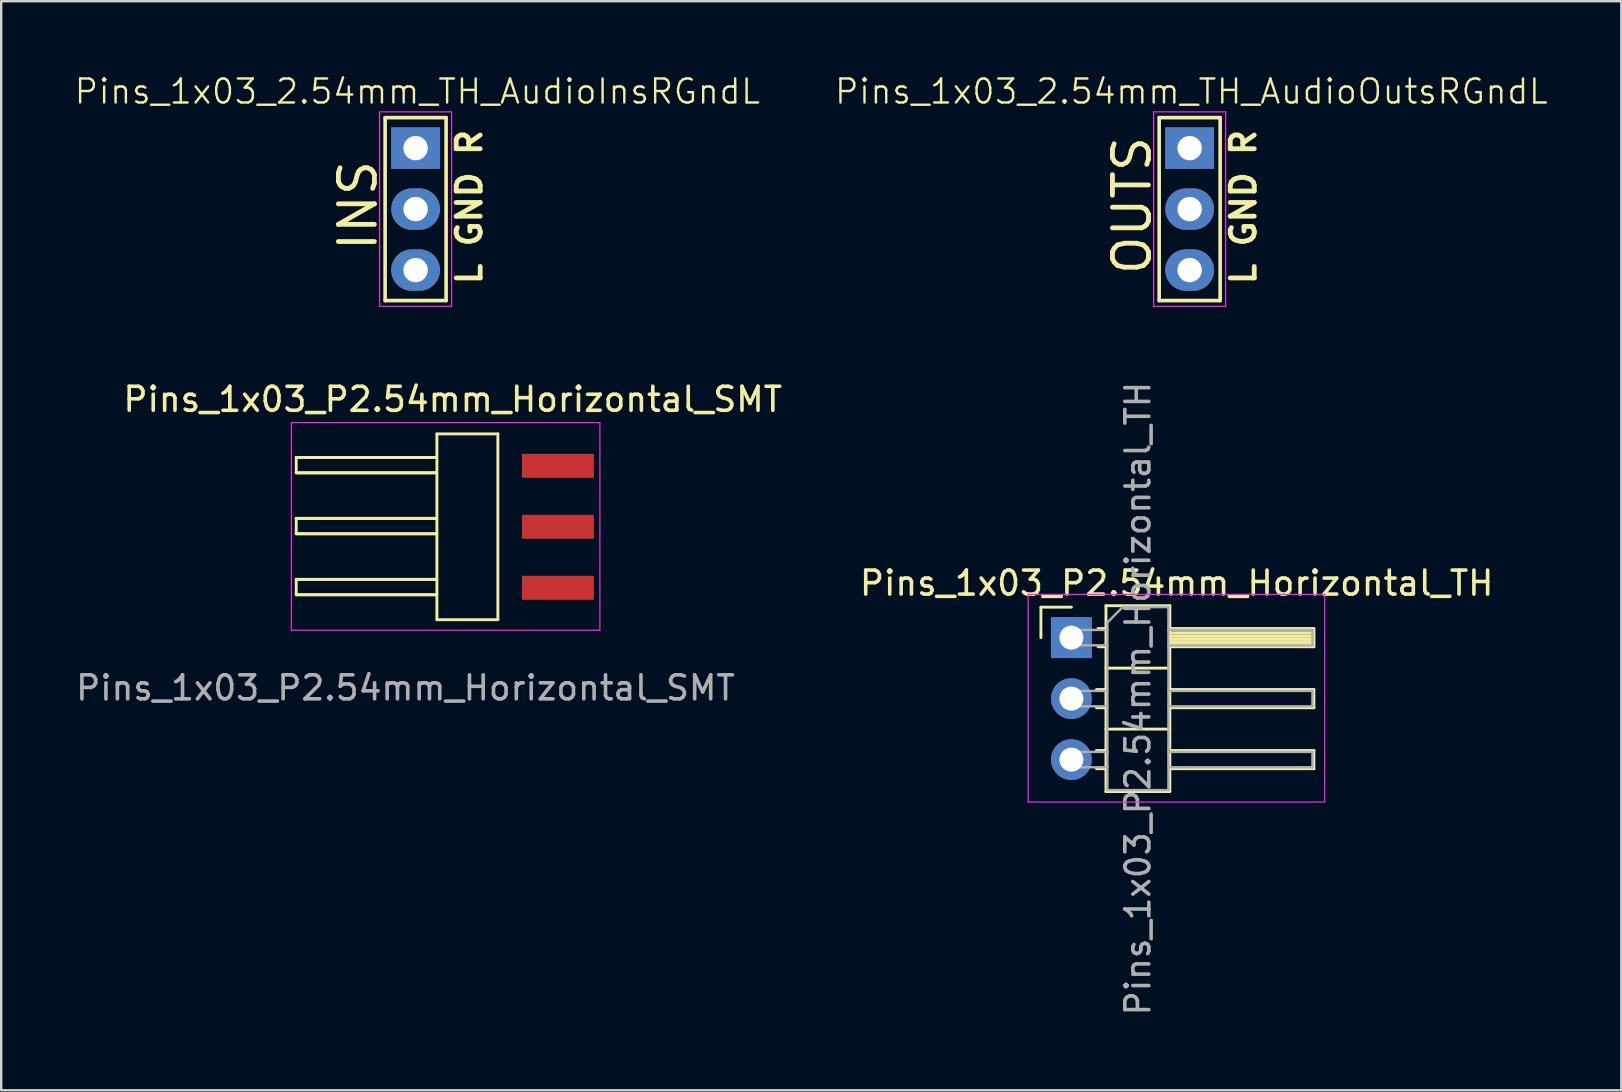
<source format=kicad_pcb>
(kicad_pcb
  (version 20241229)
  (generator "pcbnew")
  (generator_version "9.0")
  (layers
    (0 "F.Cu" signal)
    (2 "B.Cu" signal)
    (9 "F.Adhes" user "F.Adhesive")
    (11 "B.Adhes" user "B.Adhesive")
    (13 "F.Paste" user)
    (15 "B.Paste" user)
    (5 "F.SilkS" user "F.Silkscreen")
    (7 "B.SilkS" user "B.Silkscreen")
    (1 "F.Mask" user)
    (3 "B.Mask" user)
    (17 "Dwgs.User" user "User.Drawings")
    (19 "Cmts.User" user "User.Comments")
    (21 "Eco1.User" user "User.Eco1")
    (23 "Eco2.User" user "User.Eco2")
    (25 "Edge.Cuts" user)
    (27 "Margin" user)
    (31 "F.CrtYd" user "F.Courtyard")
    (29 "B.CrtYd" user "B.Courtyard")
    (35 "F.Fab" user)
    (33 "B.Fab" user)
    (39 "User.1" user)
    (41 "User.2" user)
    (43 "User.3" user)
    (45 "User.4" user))
  (footprint "Pins_1x03_2.54mm_TH_AudioOutsRGndL"
    (layer "F.Cu")
    (at 46.505 5.66)
    (property "Reference" "Pins_1x03_2.54mm_TH_AudioOutsRGndL" (at 0.074 -4.9 0) (layer "F.SilkS") (effects (font (size 1 1) (thickness 0.1))))
    (attr through_hole)
    (fp_line (start -1.27 -3.81) (end -1.27 3.81) (stroke (width 0.15) (type solid)) (layer "F.SilkS"))
    (fp_line (start -1.27 3.81) (end 1.27 3.81) (stroke (width 0.15) (type solid)) (layer "F.SilkS"))
    (fp_line (start 1.27 -3.81) (end -1.27 -3.81) (stroke (width 0.15) (type solid)) (layer "F.SilkS"))
    (fp_line (start 1.27 3.81) (end 1.27 -3.81) (stroke (width 0.15) (type solid)) (layer "F.SilkS"))
    (fp_line (start -1.5 -4.05) (end -1.5 4.05) (stroke (width 0.05) (type solid)) (layer "F.CrtYd"))
    (fp_line (start -1.5 -4.05) (end 1.5 -4.05) (stroke (width 0.05) (type solid)) (layer "F.CrtYd"))
    (fp_line (start -1.5 4.05) (end 1.5 4.05) (stroke (width 0.05) (type solid)) (layer "F.CrtYd"))
    (fp_line (start 1.5 -4.05) (end 1.5 4.05) (stroke (width 0.05) (type solid)) (layer "F.CrtYd"))
    (fp_text user "OUTS" (at -2.4 -0.15 90) (layer "F.SilkS") (effects (font (size 1.5 1.5) (thickness 0.2))))
    (fp_text user "L GND R" (at 2.238 -0.086 90) (layer "F.SilkS") (effects (font (size 1 1) (thickness 0.2))))
    (pad "1" thru_hole rect (at 0 -2.54) (size 2.032 1.727) (drill 1.016) (layers "*.Cu" "*.Mask"))
    (pad "2" thru_hole oval (at 0 0) (size 2.032 1.727) (drill 1.016) (layers "*.Cu" "*.Mask"))
    (pad "3" thru_hole oval (at 0 2.54) (size 2.032 1.727) (drill 1.016) (layers "*.Cu" "*.Mask")))
  (footprint "Pins_1x03_P2.54mm_Horizontal_TH"
    (layer "F.Cu")
    (at 41.579 26.051)
    (property "Reference" "Pins_1x03_P2.54mm_Horizontal_TH" (at 4.385 -4.81 0) (layer "F.SilkS") (effects (font (size 1 1) (thickness 0.15))))
    (attr through_hole)
    (fp_line (start -1.27 -3.81) (end 0 -3.81) (stroke (width 0.12) (type solid)) (layer "F.SilkS"))
    (fp_line (start -1.27 -2.54) (end -1.27 -3.81) (stroke (width 0.12) (type solid)) (layer "F.SilkS"))
    (fp_line (start 1.043 -0.38) (end 1.44 -0.38) (stroke (width 0.12) (type solid)) (layer "F.SilkS"))
    (fp_line (start 1.043 0.38) (end 1.44 0.38) (stroke (width 0.12) (type solid)) (layer "F.SilkS"))
    (fp_line (start 1.043 2.16) (end 1.44 2.16) (stroke (width 0.12) (type solid)) (layer "F.SilkS"))
    (fp_line (start 1.043 2.92) (end 1.44 2.92) (stroke (width 0.12) (type solid)) (layer "F.SilkS"))
    (fp_line (start 1.11 -2.92) (end 1.44 -2.92) (stroke (width 0.12) (type solid)) (layer "F.SilkS"))
    (fp_line (start 1.11 -2.16) (end 1.44 -2.16) (stroke (width 0.12) (type solid)) (layer "F.SilkS"))
    (fp_line (start 1.44 -3.87) (end 1.44 3.87) (stroke (width 0.12) (type solid)) (layer "F.SilkS"))
    (fp_line (start 1.44 -1.27) (end 4.1 -1.27) (stroke (width 0.12) (type solid)) (layer "F.SilkS"))
    (fp_line (start 1.44 1.27) (end 4.1 1.27) (stroke (width 0.12) (type solid)) (layer "F.SilkS"))
    (fp_line (start 1.44 3.87) (end 4.1 3.87) (stroke (width 0.12) (type solid)) (layer "F.SilkS"))
    (fp_line (start 4.1 -3.87) (end 1.44 -3.87) (stroke (width 0.12) (type solid)) (layer "F.SilkS"))
    (fp_line (start 4.1 -2.92) (end 10.1 -2.92) (stroke (width 0.12) (type solid)) (layer "F.SilkS"))
    (fp_line (start 4.1 -2.86) (end 10.1 -2.86) (stroke (width 0.12) (type solid)) (layer "F.SilkS"))
    (fp_line (start 4.1 -2.74) (end 10.1 -2.74) (stroke (width 0.12) (type solid)) (layer "F.SilkS"))
    (fp_line (start 4.1 -2.62) (end 10.1 -2.62) (stroke (width 0.12) (type solid)) (layer "F.SilkS"))
    (fp_line (start 4.1 -2.5) (end 10.1 -2.5) (stroke (width 0.12) (type solid)) (layer "F.SilkS"))
    (fp_line (start 4.1 -2.38) (end 10.1 -2.38) (stroke (width 0.12) (type solid)) (layer "F.SilkS"))
    (fp_line (start 4.1 -2.26) (end 10.1 -2.26) (stroke (width 0.12) (type solid)) (layer "F.SilkS"))
    (fp_line (start 4.1 -0.38) (end 10.1 -0.38) (stroke (width 0.12) (type solid)) (layer "F.SilkS"))
    (fp_line (start 4.1 2.16) (end 10.1 2.16) (stroke (width 0.12) (type solid)) (layer "F.SilkS"))
    (fp_line (start 4.1 3.87) (end 4.1 -3.87) (stroke (width 0.12) (type solid)) (layer "F.SilkS"))
    (fp_line (start 10.1 -2.92) (end 10.1 -2.16) (stroke (width 0.12) (type solid)) (layer "F.SilkS"))
    (fp_line (start 10.1 -2.16) (end 4.1 -2.16) (stroke (width 0.12) (type solid)) (layer "F.SilkS"))
    (fp_line (start 10.1 -0.38) (end 10.1 0.38) (stroke (width 0.12) (type solid)) (layer "F.SilkS"))
    (fp_line (start 10.1 0.38) (end 4.1 0.38) (stroke (width 0.12) (type solid)) (layer "F.SilkS"))
    (fp_line (start 10.1 2.16) (end 10.1 2.92) (stroke (width 0.12) (type solid)) (layer "F.SilkS"))
    (fp_line (start 10.1 2.92) (end 4.1 2.92) (stroke (width 0.12) (type solid)) (layer "F.SilkS"))
    (fp_line (start -1.8 -4.34) (end -1.8 4.31) (stroke (width 0.05) (type solid)) (layer "F.CrtYd"))
    (fp_line (start -1.8 4.31) (end 10.55 4.31) (stroke (width 0.05) (type solid)) (layer "F.CrtYd"))
    (fp_line (start 10.55 -4.34) (end -1.8 -4.34) (stroke (width 0.05) (type solid)) (layer "F.CrtYd"))
    (fp_line (start 10.55 4.31) (end 10.55 -4.34) (stroke (width 0.05) (type solid)) (layer "F.CrtYd"))
    (fp_line (start -0.32 -2.86) (end -0.32 -2.22) (stroke (width 0.1) (type solid)) (layer "F.Fab"))
    (fp_line (start -0.32 -2.86) (end 1.5 -2.86) (stroke (width 0.1) (type solid)) (layer "F.Fab"))
    (fp_line (start -0.32 -2.22) (end 1.5 -2.22) (stroke (width 0.1) (type solid)) (layer "F.Fab"))
    (fp_line (start -0.32 -0.32) (end -0.32 0.32) (stroke (width 0.1) (type solid)) (layer "F.Fab"))
    (fp_line (start -0.32 -0.32) (end 1.5 -0.32) (stroke (width 0.1) (type solid)) (layer "F.Fab"))
    (fp_line (start -0.32 0.32) (end 1.5 0.32) (stroke (width 0.1) (type solid)) (layer "F.Fab"))
    (fp_line (start -0.32 2.22) (end -0.32 2.86) (stroke (width 0.1) (type solid)) (layer "F.Fab"))
    (fp_line (start -0.32 2.22) (end 1.5 2.22) (stroke (width 0.1) (type solid)) (layer "F.Fab"))
    (fp_line (start -0.32 2.86) (end 1.5 2.86) (stroke (width 0.1) (type solid)) (layer "F.Fab"))
    (fp_line (start 1.5 -3.175) (end 2.135 -3.81) (stroke (width 0.1) (type solid)) (layer "F.Fab"))
    (fp_line (start 1.5 3.81) (end 1.5 -3.175) (stroke (width 0.1) (type solid)) (layer "F.Fab"))
    (fp_line (start 2.135 -3.81) (end 4.04 -3.81) (stroke (width 0.1) (type solid)) (layer "F.Fab"))
    (fp_line (start 4.04 -3.81) (end 4.04 3.81) (stroke (width 0.1) (type solid)) (layer "F.Fab"))
    (fp_line (start 4.04 -2.86) (end 10.04 -2.86) (stroke (width 0.1) (type solid)) (layer "F.Fab"))
    (fp_line (start 4.04 -2.22) (end 10.04 -2.22) (stroke (width 0.1) (type solid)) (layer "F.Fab"))
    (fp_line (start 4.04 -0.32) (end 10.04 -0.32) (stroke (width 0.1) (type solid)) (layer "F.Fab"))
    (fp_line (start 4.04 0.32) (end 10.04 0.32) (stroke (width 0.1) (type solid)) (layer "F.Fab"))
    (fp_line (start 4.04 2.22) (end 10.04 2.22) (stroke (width 0.1) (type solid)) (layer "F.Fab"))
    (fp_line (start 4.04 2.86) (end 10.04 2.86) (stroke (width 0.1) (type solid)) (layer "F.Fab"))
    (fp_line (start 4.04 3.81) (end 1.5 3.81) (stroke (width 0.1) (type solid)) (layer "F.Fab"))
    (fp_line (start 10.04 -2.86) (end 10.04 -2.22) (stroke (width 0.1) (type solid)) (layer "F.Fab"))
    (fp_line (start 10.04 -0.32) (end 10.04 0.32) (stroke (width 0.1) (type solid)) (layer "F.Fab"))
    (fp_line (start 10.04 2.22) (end 10.04 2.86) (stroke (width 0.1) (type solid)) (layer "F.Fab"))
    (fp_text user "${REFERENCE}" (at 2.77 0 90) (layer "F.Fab") (effects (font (size 1 1) (thickness 0.15))))
    (pad "1" thru_hole rect (at 0 -2.54) (size 1.7 1.7) (drill 1) (layers "*.Cu" "*.Mask"))
    (pad "2" thru_hole oval (at 0 0) (size 1.7 1.7) (drill 1) (layers "*.Cu" "*.Mask"))
    (pad "3" thru_hole oval (at 0 2.54) (size 1.7 1.7) (drill 1) (layers "*.Cu" "*.Mask")))
  (footprint "Pins_1x03_P2.54mm_Horizontal_SMT"
    (layer "F.Cu")
    (at 20.139 18.954)
    (property "Reference" "Pins_1x03_P2.54mm_Horizontal_SMT" (at -4.33 -5.37 0) (layer "F.SilkS") (effects (font (size 1 1) (thickness 0.15))))
    (attr through_hole)
    (fp_line (start -10.85 -2.95) (end -10.85 -2.31) (stroke (width 0.12) (type solid)) (layer "F.SilkS"))
    (fp_line (start -10.85 -2.95) (end -5 -2.95) (stroke (width 0.12) (type solid)) (layer "F.SilkS"))
    (fp_line (start -10.85 -2.95) (end -5 -2.95) (stroke (width 0.12) (type solid)) (layer "F.SilkS"))
    (fp_line (start -10.85 -2.31) (end -5 -2.31) (stroke (width 0.12) (type solid)) (layer "F.SilkS"))
    (fp_line (start -10.85 -2.31) (end -5 -2.31) (stroke (width 0.12) (type solid)) (layer "F.SilkS"))
    (fp_line (start -10.85 -0.41) (end -10.85 0.23) (stroke (width 0.12) (type solid)) (layer "F.SilkS"))
    (fp_line (start -10.85 -0.41) (end -5 -0.41) (stroke (width 0.12) (type solid)) (layer "F.SilkS"))
    (fp_line (start -10.85 -0.41) (end -5 -0.41) (stroke (width 0.12) (type solid)) (layer "F.SilkS"))
    (fp_line (start -10.85 0.23) (end -5 0.23) (stroke (width 0.12) (type solid)) (layer "F.SilkS"))
    (fp_line (start -10.85 0.23) (end -5 0.23) (stroke (width 0.12) (type solid)) (layer "F.SilkS"))
    (fp_line (start -10.85 2.13) (end -10.85 2.77) (stroke (width 0.12) (type solid)) (layer "F.SilkS"))
    (fp_line (start -10.85 2.13) (end -5 2.13) (stroke (width 0.12) (type solid)) (layer "F.SilkS"))
    (fp_line (start -10.85 2.13) (end -5 2.13) (stroke (width 0.12) (type solid)) (layer "F.SilkS"))
    (fp_line (start -10.85 2.77) (end -5 2.77) (stroke (width 0.12) (type solid)) (layer "F.SilkS"))
    (fp_line (start -10.85 2.77) (end -5 2.77) (stroke (width 0.12) (type solid)) (layer "F.SilkS"))
    (fp_line (start -4.99 -3.93) (end -4.99 3.81) (stroke (width 0.12) (type solid)) (layer "F.SilkS"))
    (fp_line (start -4.99 -3.93) (end -2.45 -3.93) (stroke (width 0.12) (type solid)) (layer "F.SilkS"))
    (fp_line (start -4.99 3.81) (end -2.45 3.81) (stroke (width 0.12) (type solid)) (layer "F.SilkS"))
    (fp_line (start -2.45 -3.93) (end -2.45 3.81) (stroke (width 0.12) (type solid)) (layer "F.SilkS"))
    (fp_line (start -11.05 -4.4) (end -11.05 4.25) (stroke (width 0.05) (type solid)) (layer "F.CrtYd"))
    (fp_line (start -11.05 4.25) (end 1.8 4.25) (stroke (width 0.05) (type solid)) (layer "F.CrtYd"))
    (fp_line (start 1.8 -4.4) (end -11.05 -4.4) (stroke (width 0.05) (type solid)) (layer "F.CrtYd"))
    (fp_line (start 1.8 4.25) (end 1.8 -4.4) (stroke (width 0.05) (type solid)) (layer "F.CrtYd"))
    (fp_text user "${REFERENCE}" (at -6.3 6.65 0) (layer "F.Fab") (effects (font (size 1 1) (thickness 0.15))))
    (pad "1" smd rect (at 0.05 -2.6) (size 3 1) (layers "F.Cu" "F.Mask" "F.Paste"))
    (pad "2" smd rect (at 0.05 -0.06 90) (size 1 3) (layers "F.Cu" "F.Mask" "F.Paste"))
    (pad "3" smd rect (at 0.05 2.48 90) (size 1 3) (layers "F.Cu" "F.Mask" "F.Paste")))
  (footprint "Pins_1x03_2.54mm_TH_AudioInsRGndL"
    (layer "F.Cu")
    (at 14.262 5.66)
    (property "Reference" "Pins_1x03_2.54mm_TH_AudioInsRGndL" (at 0.074 -4.9 0) (layer "F.SilkS") (effects (font (size 1 1) (thickness 0.1))))
    (attr through_hole)
    (fp_line (start -1.27 -3.81) (end -1.27 3.81) (stroke (width 0.15) (type solid)) (layer "F.SilkS"))
    (fp_line (start -1.27 3.81) (end 1.27 3.81) (stroke (width 0.15) (type solid)) (layer "F.SilkS"))
    (fp_line (start 1.27 -3.81) (end -1.27 -3.81) (stroke (width 0.15) (type solid)) (layer "F.SilkS"))
    (fp_line (start 1.27 3.81) (end 1.27 -3.81) (stroke (width 0.15) (type solid)) (layer "F.SilkS"))
    (fp_line (start -1.5 -4.05) (end -1.5 4.05) (stroke (width 0.05) (type solid)) (layer "F.CrtYd"))
    (fp_line (start -1.5 -4.05) (end 1.5 -4.05) (stroke (width 0.05) (type solid)) (layer "F.CrtYd"))
    (fp_line (start -1.5 4.05) (end 1.5 4.05) (stroke (width 0.05) (type solid)) (layer "F.CrtYd"))
    (fp_line (start 1.5 -4.05) (end 1.5 4.05) (stroke (width 0.05) (type solid)) (layer "F.CrtYd"))
    (fp_text user "L GND R" (at 2.238 -0.086 90) (layer "F.SilkS") (effects (font (size 1 1) (thickness 0.2))))
    (fp_text user "INS" (at -2.4 -0.15 90) (layer "F.SilkS") (effects (font (size 1.5 1.5) (thickness 0.2))))
    (pad "1" thru_hole rect (at 0 -2.54) (size 2.032 1.727) (drill 1.016) (layers "*.Cu" "*.Mask"))
    (pad "2" thru_hole oval (at 0 0) (size 2.032 1.727) (drill 1.016) (layers "*.Cu" "*.Mask"))
    (pad "3" thru_hole oval (at 0 2.54) (size 2.032 1.727) (drill 1.016) (layers "*.Cu" "*.Mask")))
  (gr_rect
    (start -3 -3)
    (end 64.486 42.366)
    (stroke (width 0.1) (type default))
    (fill no)
    (layer "Edge.Cuts")))
</source>
